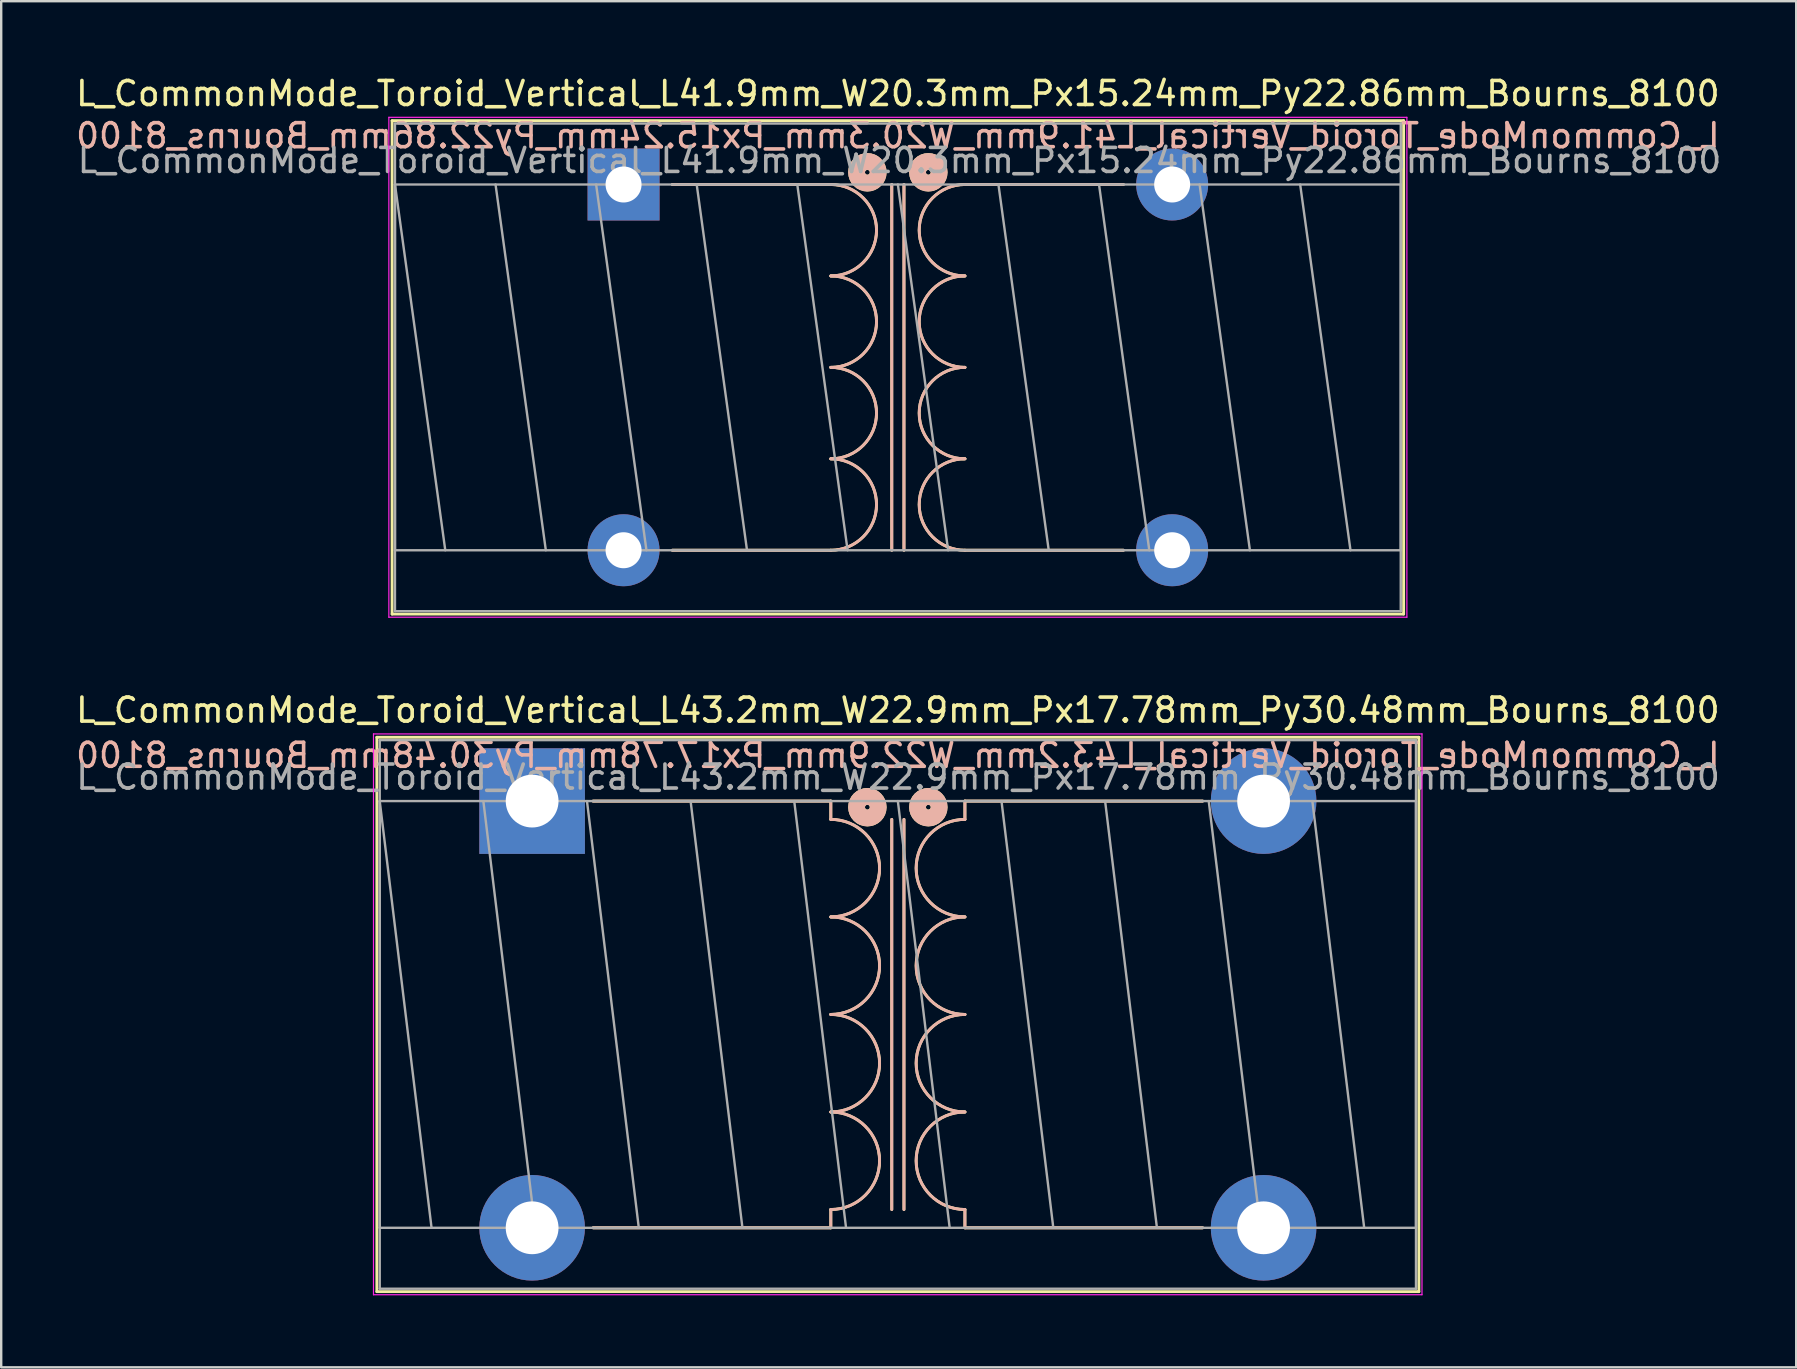
<source format=kicad_pcb>
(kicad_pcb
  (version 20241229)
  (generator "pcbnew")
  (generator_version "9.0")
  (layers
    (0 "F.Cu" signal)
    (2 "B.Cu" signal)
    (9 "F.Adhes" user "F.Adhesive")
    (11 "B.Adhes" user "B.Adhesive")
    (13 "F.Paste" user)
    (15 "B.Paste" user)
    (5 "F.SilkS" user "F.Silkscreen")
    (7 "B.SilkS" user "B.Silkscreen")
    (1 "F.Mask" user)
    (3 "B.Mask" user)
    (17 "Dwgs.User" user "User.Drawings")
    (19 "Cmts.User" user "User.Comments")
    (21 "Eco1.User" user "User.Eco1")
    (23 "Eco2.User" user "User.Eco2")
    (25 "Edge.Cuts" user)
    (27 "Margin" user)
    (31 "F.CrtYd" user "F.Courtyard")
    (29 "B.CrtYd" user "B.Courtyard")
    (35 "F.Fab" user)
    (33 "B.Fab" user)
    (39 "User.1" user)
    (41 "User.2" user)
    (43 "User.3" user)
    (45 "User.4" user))
  (footprint "L_CommonMode_Toroid_Vertical_L43.2mm_W22.9mm_Px17.78mm_Py30.48mm_Bourns_8100"
    (layer "F.Cu")
    (at 19.123 30.331)
    (property "Reference" "L_CommonMode_Toroid_Vertical_L43.2mm_W22.9mm_Px17.78mm_Py30.48mm_Bourns_8100" (at 15.24 -3.79 0) (layer "F.SilkS") (effects (font (size 1 1) (thickness 0.15))))
    (fp_line (start -6.47 -2.66) (end -6.47 20.44) (stroke (width 0.12) (type solid)) (layer "F.SilkS"))
    (fp_line (start -6.47 -2.66) (end 36.95 -2.66) (stroke (width 0.12) (type solid)) (layer "F.SilkS"))
    (fp_line (start -6.47 20.44) (end 36.95 20.44) (stroke (width 0.12) (type solid)) (layer "F.SilkS"))
    (fp_line (start 12.446 0) (end 2.54 0) (stroke (width 0.12) (type solid)) (layer "F.SilkS"))
    (fp_line (start 12.446 0.762) (end 12.446 0) (stroke (width 0.12) (type solid)) (layer "F.SilkS"))
    (fp_line (start 12.446 17.78) (end 2.54 17.78) (stroke (width 0.12) (type solid)) (layer "F.SilkS"))
    (fp_line (start 12.446 17.78) (end 12.446 17.018) (stroke (width 0.12) (type solid)) (layer "F.SilkS"))
    (fp_line (start 14.986 17.018) (end 14.986 0.762) (stroke (width 0.12) (type solid)) (layer "F.SilkS"))
    (fp_line (start 15.494 17.018) (end 15.494 0.762) (stroke (width 0.12) (type solid)) (layer "F.SilkS"))
    (fp_line (start 18.034 0) (end 18.034 0.762) (stroke (width 0.12) (type solid)) (layer "F.SilkS"))
    (fp_line (start 18.034 0) (end 27.94 0) (stroke (width 0.12) (type solid)) (layer "F.SilkS"))
    (fp_line (start 18.034 17.018) (end 18.034 17.78) (stroke (width 0.12) (type solid)) (layer "F.SilkS"))
    (fp_line (start 18.034 17.78) (end 27.94 17.78) (stroke (width 0.12) (type solid)) (layer "F.SilkS"))
    (fp_line (start 36.95 -2.66) (end 36.95 20.44) (stroke (width 0.12) (type solid)) (layer "F.SilkS"))
    (fp_arc (start 12.446 0.762) (mid 14.478 2.794) (end 12.446 4.826) (stroke (width 0.12) (type solid)) (layer "F.SilkS"))
    (fp_arc (start 12.446 4.826) (mid 14.478 6.858) (end 12.446 8.89) (stroke (width 0.12) (type solid)) (layer "F.SilkS"))
    (fp_arc (start 12.446 8.89) (mid 14.478 10.922) (end 12.446 12.954) (stroke (width 0.12) (type solid)) (layer "F.SilkS"))
    (fp_arc (start 12.446 12.954) (mid 14.478 14.986) (end 12.446 17.018) (stroke (width 0.12) (type solid)) (layer "F.SilkS"))
    (fp_arc (start 18.034 4.826) (mid 16.002 2.794) (end 18.034 0.762) (stroke (width 0.12) (type solid)) (layer "F.SilkS"))
    (fp_arc (start 18.034 8.89) (mid 16.002 6.858) (end 18.034 4.826) (stroke (width 0.12) (type solid)) (layer "F.SilkS"))
    (fp_arc (start 18.034 12.954) (mid 16.002 10.922) (end 18.034 8.89) (stroke (width 0.12) (type solid)) (layer "F.SilkS"))
    (fp_arc (start 18.034 17.018) (mid 16.002 14.986) (end 18.034 12.954) (stroke (width 0.12) (type solid)) (layer "F.SilkS"))
    (fp_circle (center 13.97 0.254) (end 14.07 0.254) (stroke (width 0.7) (type solid)) (fill no) (layer "F.SilkS"))
    (fp_circle (center 16.51 0.254) (end 16.61 0.254) (stroke (width 0.7) (type solid)) (fill no) (layer "F.SilkS"))
    (fp_line (start 12.446 0) (end 2.54 0) (stroke (width 0.12) (type solid)) (layer "B.SilkS"))
    (fp_line (start 12.446 0) (end 12.446 0.762) (stroke (width 0.12) (type solid)) (layer "B.SilkS"))
    (fp_line (start 12.446 17.018) (end 12.446 17.78) (stroke (width 0.12) (type solid)) (layer "B.SilkS"))
    (fp_line (start 12.446 17.78) (end 2.54 17.78) (stroke (width 0.12) (type solid)) (layer "B.SilkS"))
    (fp_line (start 14.986 17.018) (end 14.986 0.762) (stroke (width 0.12) (type solid)) (layer "B.SilkS"))
    (fp_line (start 15.494 17.018) (end 15.494 0.762) (stroke (width 0.12) (type solid)) (layer "B.SilkS"))
    (fp_line (start 18.034 0) (end 27.94 0) (stroke (width 0.12) (type solid)) (layer "B.SilkS"))
    (fp_line (start 18.034 0.762) (end 18.034 0) (stroke (width 0.12) (type solid)) (layer "B.SilkS"))
    (fp_line (start 18.034 17.78) (end 18.034 17.018) (stroke (width 0.12) (type solid)) (layer "B.SilkS"))
    (fp_line (start 18.034 17.78) (end 27.94 17.78) (stroke (width 0.12) (type solid)) (layer "B.SilkS"))
    (fp_arc (start 12.446 0.762) (mid 14.478 2.794) (end 12.446 4.826) (stroke (width 0.12) (type solid)) (layer "B.SilkS"))
    (fp_arc (start 12.446 4.826) (mid 14.478 6.858) (end 12.446 8.89) (stroke (width 0.12) (type solid)) (layer "B.SilkS"))
    (fp_arc (start 12.446 8.89) (mid 14.478 10.922) (end 12.446 12.954) (stroke (width 0.12) (type solid)) (layer "B.SilkS"))
    (fp_arc (start 12.446 12.954) (mid 14.478 14.986) (end 12.446 17.018) (stroke (width 0.12) (type solid)) (layer "B.SilkS"))
    (fp_arc (start 18.034 4.826) (mid 16.002 2.794) (end 18.034 0.762) (stroke (width 0.12) (type solid)) (layer "B.SilkS"))
    (fp_arc (start 18.034 8.89) (mid 16.002 6.858) (end 18.034 4.826) (stroke (width 0.12) (type solid)) (layer "B.SilkS"))
    (fp_arc (start 18.034 12.954) (mid 16.002 10.922) (end 18.034 8.89) (stroke (width 0.12) (type solid)) (layer "B.SilkS"))
    (fp_arc (start 18.034 17.018) (mid 16.002 14.986) (end 18.034 12.954) (stroke (width 0.12) (type solid)) (layer "B.SilkS"))
    (fp_circle (center 13.97 0.254) (end 13.87 0.254) (stroke (width 0.7) (type solid)) (fill no) (layer "B.SilkS"))
    (fp_circle (center 16.51 0.254) (end 16.41 0.254) (stroke (width 0.7) (type solid)) (fill no) (layer "B.SilkS"))
    (fp_line (start -6.61 -2.8) (end -6.61 20.57) (stroke (width 0.05) (type solid)) (layer "F.CrtYd"))
    (fp_line (start -6.61 20.57) (end 37.08 20.57) (stroke (width 0.05) (type solid)) (layer "F.CrtYd"))
    (fp_line (start 37.08 -2.8) (end -6.61 -2.8) (stroke (width 0.05) (type solid)) (layer "F.CrtYd"))
    (fp_line (start 37.08 20.57) (end 37.08 -2.8) (stroke (width 0.05) (type solid)) (layer "F.CrtYd"))
    (fp_line (start -6.35 -2.54) (end -6.35 20.32) (stroke (width 0.1) (type solid)) (layer "F.Fab"))
    (fp_line (start -6.35 0) (end -6.35 17.78) (stroke (width 0.1) (type solid)) (layer "F.Fab"))
    (fp_line (start -6.35 0) (end -4.191 17.78) (stroke (width 0.1) (type solid)) (layer "F.Fab"))
    (fp_line (start -6.35 17.78) (end 36.83 17.78) (stroke (width 0.1) (type solid)) (layer "F.Fab"))
    (fp_line (start -6.35 20.32) (end 36.83 20.32) (stroke (width 0.1) (type solid)) (layer "F.Fab"))
    (fp_line (start -2.032 0) (end 0.127 17.78) (stroke (width 0.1) (type solid)) (layer "F.Fab"))
    (fp_line (start 2.286 0) (end 4.445 17.78) (stroke (width 0.1) (type solid)) (layer "F.Fab"))
    (fp_line (start 6.604 0) (end 8.763 17.78) (stroke (width 0.1) (type solid)) (layer "F.Fab"))
    (fp_line (start 10.922 0) (end 13.081 17.78) (stroke (width 0.1) (type solid)) (layer "F.Fab"))
    (fp_line (start 15.24 0) (end 17.399 17.78) (stroke (width 0.1) (type solid)) (layer "F.Fab"))
    (fp_line (start 19.558 0) (end 21.717 17.78) (stroke (width 0.1) (type solid)) (layer "F.Fab"))
    (fp_line (start 23.876 0) (end 26.035 17.78) (stroke (width 0.1) (type solid)) (layer "F.Fab"))
    (fp_line (start 28.194 0) (end 30.353 17.78) (stroke (width 0.1) (type solid)) (layer "F.Fab"))
    (fp_line (start 32.512 0) (end 34.671 17.78) (stroke (width 0.1) (type solid)) (layer "F.Fab"))
    (fp_line (start 36.83 -2.54) (end -6.35 -2.54) (stroke (width 0.1) (type solid)) (layer "F.Fab"))
    (fp_line (start 36.83 0) (end -6.35 0) (stroke (width 0.1) (type solid)) (layer "F.Fab"))
    (fp_line (start 36.83 17.78) (end 36.83 0) (stroke (width 0.1) (type solid)) (layer "F.Fab"))
    (fp_line (start 36.83 20.32) (end 36.83 -2.54) (stroke (width 0.1) (type solid)) (layer "F.Fab"))
    (fp_text user "${REFERENCE}" (at 15.24 -1.905 0) (layer "B.SilkS") (effects (font (size 1 1) (thickness 0.15)) (justify mirror)))
    (fp_text user "${REFERENCE}" (at 15.25 -1 0) (layer "F.Fab") (effects (font (size 1 1) (thickness 0.15))))
    (pad "1" thru_hole rect (at 0 0) (size 4.4 4.4) (drill 2.2) (layers "*.Cu" "*.Mask"))
    (pad "2" thru_hole circle (at 0 17.78) (size 4.4 4.4) (drill 2.2) (layers "*.Cu" "*.Mask"))
    (pad "3" thru_hole circle (at 30.48 17.78) (size 4.4 4.4) (drill 2.2) (layers "*.Cu" "*.Mask"))
    (pad "4" thru_hole circle (at 30.48 0) (size 4.4 4.4) (drill 2.2) (layers "*.Cu" "*.Mask")))
  (footprint "L_CommonMode_Toroid_Vertical_L41.9mm_W20.3mm_Px15.24mm_Py22.86mm_Bourns_8100"
    (layer "F.Cu")
    (at 22.933 4.638)
    (property "Reference" "L_CommonMode_Toroid_Vertical_L41.9mm_W20.3mm_Px15.24mm_Py22.86mm_Bourns_8100" (at 11.43 -3.79 0) (layer "F.SilkS") (effects (font (size 1 1) (thickness 0.15))))
    (fp_line (start -9.645 -2.66) (end -9.645 17.9) (stroke (width 0.12) (type solid)) (layer "F.SilkS"))
    (fp_line (start -9.645 -2.66) (end 32.505 -2.66) (stroke (width 0.12) (type solid)) (layer "F.SilkS"))
    (fp_line (start -9.645 17.9) (end 32.505 17.9) (stroke (width 0.12) (type solid)) (layer "F.SilkS"))
    (fp_line (start 2.032 0) (end 8.636 0) (stroke (width 0.12) (type solid)) (layer "F.SilkS"))
    (fp_line (start 2.032 15.24) (end 8.636 15.24) (stroke (width 0.12) (type solid)) (layer "F.SilkS"))
    (fp_line (start 11.176 0) (end 11.176 15.24) (stroke (width 0.12) (type solid)) (layer "F.SilkS"))
    (fp_line (start 11.684 15.24) (end 11.684 0) (stroke (width 0.12) (type solid)) (layer "F.SilkS"))
    (fp_line (start 20.828 0) (end 14.224 0) (stroke (width 0.12) (type solid)) (layer "F.SilkS"))
    (fp_line (start 20.828 15.24) (end 14.224 15.24) (stroke (width 0.12) (type solid)) (layer "F.SilkS"))
    (fp_line (start 32.505 -2.66) (end 32.505 17.9) (stroke (width 0.12) (type solid)) (layer "F.SilkS"))
    (fp_arc (start 8.636 0) (mid 10.541 1.905) (end 8.636 3.81) (stroke (width 0.12) (type solid)) (layer "F.SilkS"))
    (fp_arc (start 8.636 3.81) (mid 10.541 5.715) (end 8.636 7.62) (stroke (width 0.12) (type solid)) (layer "F.SilkS"))
    (fp_arc (start 8.636 7.62) (mid 10.541 9.525) (end 8.636 11.43) (stroke (width 0.12) (type solid)) (layer "F.SilkS"))
    (fp_arc (start 8.636 11.43) (mid 10.541 13.335) (end 8.636 15.24) (stroke (width 0.12) (type solid)) (layer "F.SilkS"))
    (fp_arc (start 14.224 3.81) (mid 12.319 1.905) (end 14.224 0) (stroke (width 0.12) (type solid)) (layer "F.SilkS"))
    (fp_arc (start 14.224 7.62) (mid 12.319 5.715) (end 14.224 3.81) (stroke (width 0.12) (type solid)) (layer "F.SilkS"))
    (fp_arc (start 14.224 11.43) (mid 12.319 9.525) (end 14.224 7.62) (stroke (width 0.12) (type solid)) (layer "F.SilkS"))
    (fp_arc (start 14.224 15.24) (mid 12.319 13.335) (end 14.224 11.43) (stroke (width 0.12) (type solid)) (layer "F.SilkS"))
    (fp_circle (center 10.16 -0.508) (end 10.26 -0.508) (stroke (width 0.7) (type solid)) (fill no) (layer "F.SilkS"))
    (fp_circle (center 12.7 -0.508) (end 12.8 -0.508) (stroke (width 0.7) (type solid)) (fill no) (layer "F.SilkS"))
    (fp_line (start 2.032 0) (end 8.636 0) (stroke (width 0.12) (type solid)) (layer "B.SilkS"))
    (fp_line (start 2.032 15.24) (end 8.636 15.24) (stroke (width 0.12) (type solid)) (layer "B.SilkS"))
    (fp_line (start 11.176 15.24) (end 11.176 0) (stroke (width 0.12) (type solid)) (layer "B.SilkS"))
    (fp_line (start 11.684 0) (end 11.684 15.24) (stroke (width 0.12) (type solid)) (layer "B.SilkS"))
    (fp_line (start 20.828 0) (end 14.224 0) (stroke (width 0.12) (type solid)) (layer "B.SilkS"))
    (fp_line (start 20.828 15.24) (end 14.224 15.24) (stroke (width 0.12) (type solid)) (layer "B.SilkS"))
    (fp_arc (start 8.636 0) (mid 10.541 1.905) (end 8.636 3.81) (stroke (width 0.12) (type solid)) (layer "B.SilkS"))
    (fp_arc (start 8.636 3.81) (mid 10.541 5.715) (end 8.636 7.62) (stroke (width 0.12) (type solid)) (layer "B.SilkS"))
    (fp_arc (start 8.636 7.62) (mid 10.541 9.525) (end 8.636 11.43) (stroke (width 0.12) (type solid)) (layer "B.SilkS"))
    (fp_arc (start 8.636 11.43) (mid 10.541 13.335) (end 8.636 15.24) (stroke (width 0.12) (type solid)) (layer "B.SilkS"))
    (fp_arc (start 14.224 3.81) (mid 12.319 1.905) (end 14.224 0) (stroke (width 0.12) (type solid)) (layer "B.SilkS"))
    (fp_arc (start 14.224 7.62) (mid 12.319 5.715) (end 14.224 3.81) (stroke (width 0.12) (type solid)) (layer "B.SilkS"))
    (fp_arc (start 14.224 11.43) (mid 12.319 9.525) (end 14.224 7.62) (stroke (width 0.12) (type solid)) (layer "B.SilkS"))
    (fp_arc (start 14.224 15.24) (mid 12.319 13.335) (end 14.224 11.43) (stroke (width 0.12) (type solid)) (layer "B.SilkS"))
    (fp_circle (center 10.16 -0.508) (end 10.06 -0.508) (stroke (width 0.7) (type solid)) (fill no) (layer "B.SilkS"))
    (fp_circle (center 12.7 -0.508) (end 12.6 -0.508) (stroke (width 0.7) (type solid)) (fill no) (layer "B.SilkS"))
    (fp_line (start -9.78 -2.8) (end -9.78 18.03) (stroke (width 0.05) (type solid)) (layer "F.CrtYd"))
    (fp_line (start -9.78 18.03) (end 32.64 18.03) (stroke (width 0.05) (type solid)) (layer "F.CrtYd"))
    (fp_line (start 32.64 -2.8) (end -9.78 -2.8) (stroke (width 0.05) (type solid)) (layer "F.CrtYd"))
    (fp_line (start 32.64 18.03) (end 32.64 -2.8) (stroke (width 0.05) (type solid)) (layer "F.CrtYd"))
    (fp_line (start -9.525 -2.54) (end -9.525 17.78) (stroke (width 0.1) (type solid)) (layer "F.Fab"))
    (fp_line (start -9.525 0) (end -9.525 15.24) (stroke (width 0.1) (type solid)) (layer "F.Fab"))
    (fp_line (start -9.525 0) (end -7.429 15.24) (stroke (width 0.1) (type solid)) (layer "F.Fab"))
    (fp_line (start -9.525 15.24) (end 32.385 15.24) (stroke (width 0.1) (type solid)) (layer "F.Fab"))
    (fp_line (start -9.525 17.78) (end 32.385 17.78) (stroke (width 0.1) (type solid)) (layer "F.Fab"))
    (fp_line (start -5.334 0) (end -3.239 15.24) (stroke (width 0.1) (type solid)) (layer "F.Fab"))
    (fp_line (start -1.143 0) (end 0.953 15.24) (stroke (width 0.1) (type solid)) (layer "F.Fab"))
    (fp_line (start 3.048 0) (end 5.144 15.24) (stroke (width 0.1) (type solid)) (layer "F.Fab"))
    (fp_line (start 7.239 0) (end 9.335 15.24) (stroke (width 0.1) (type solid)) (layer "F.Fab"))
    (fp_line (start 11.43 0) (end 13.525 15.24) (stroke (width 0.1) (type solid)) (layer "F.Fab"))
    (fp_line (start 15.621 0) (end 17.716 15.24) (stroke (width 0.1) (type solid)) (layer "F.Fab"))
    (fp_line (start 19.812 0) (end 21.907 15.24) (stroke (width 0.1) (type solid)) (layer "F.Fab"))
    (fp_line (start 24.003 0) (end 26.099 15.24) (stroke (width 0.1) (type solid)) (layer "F.Fab"))
    (fp_line (start 28.194 0) (end 30.29 15.24) (stroke (width 0.1) (type solid)) (layer "F.Fab"))
    (fp_line (start 32.385 -2.54) (end -9.525 -2.54) (stroke (width 0.1) (type solid)) (layer "F.Fab"))
    (fp_line (start 32.385 0) (end -9.525 0) (stroke (width 0.1) (type solid)) (layer "F.Fab"))
    (fp_line (start 32.385 15.24) (end 32.385 0) (stroke (width 0.1) (type solid)) (layer "F.Fab"))
    (fp_line (start 32.385 17.78) (end 32.385 -2.54) (stroke (width 0.1) (type solid)) (layer "F.Fab"))
    (fp_text user "${REFERENCE}" (at 11.43 -2.032 0) (layer "B.SilkS") (effects (font (size 1 1) (thickness 0.15)) (justify mirror)))
    (fp_text user "${REFERENCE}" (at 11.5 -1 0) (layer "F.Fab") (effects (font (size 1 1) (thickness 0.15))))
    (pad "1" thru_hole rect (at 0 0) (size 3 3) (drill 1.5) (layers "*.Cu" "*.Mask"))
    (pad "2" thru_hole circle (at 0 15.24) (size 3 3) (drill 1.5) (layers "*.Cu" "*.Mask"))
    (pad "3" thru_hole circle (at 22.86 15.24) (size 3 3) (drill 1.5) (layers "*.Cu" "*.Mask"))
    (pad "4" thru_hole circle (at 22.86 0) (size 3 3) (drill 1.5) (layers "*.Cu" "*.Mask")))
  (gr_rect
    (start -3 -3)
    (end 71.796 53.926)
    (stroke (width 0.1) (type default))
    (fill no)
    (layer "Edge.Cuts")))
</source>
